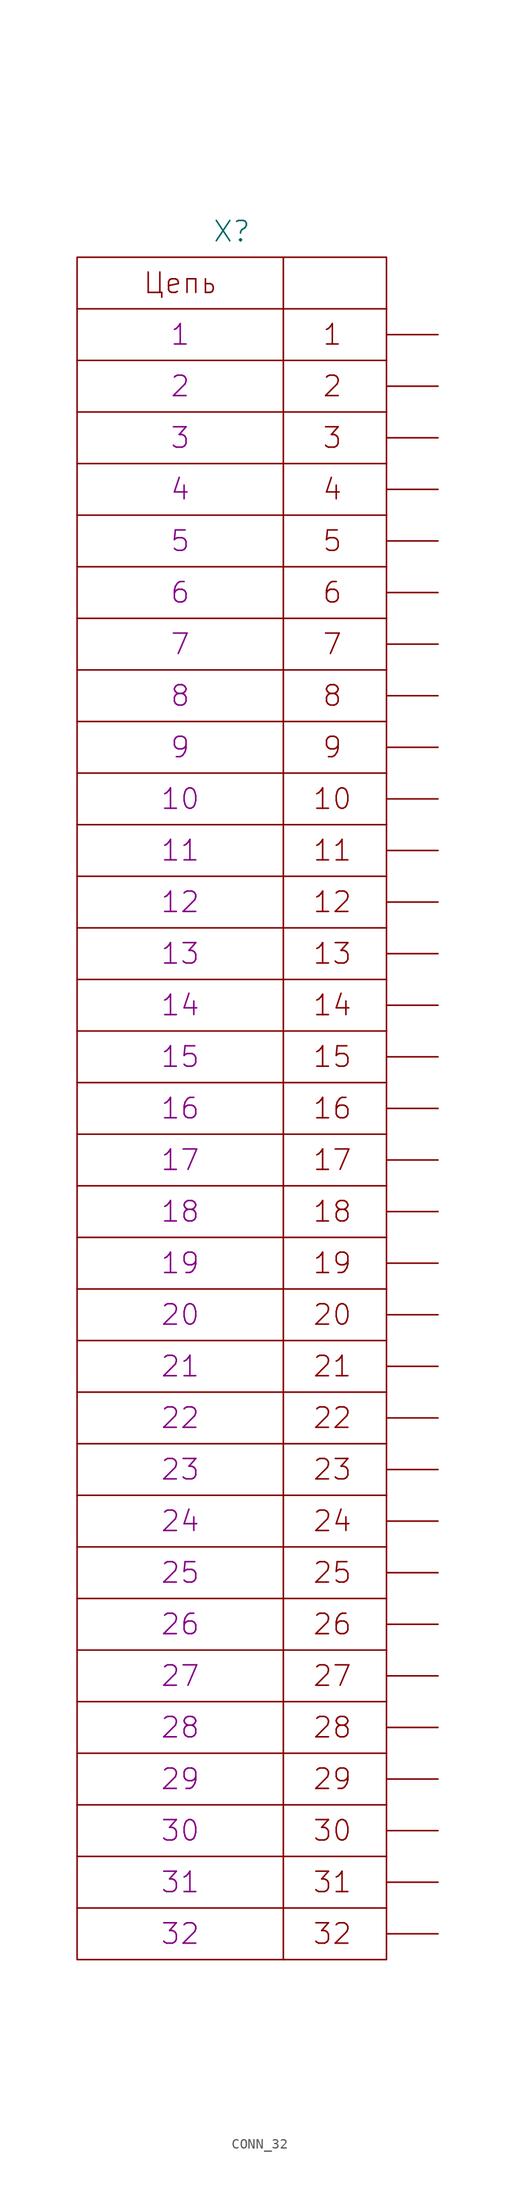
<source format=kicad_sym>
(kicad_symbol_lib
  (version 20231120)
  (generator "kicad_symbol_editor")
  (generator_version "8.0")
  (symbol "CONN_32"
    (pin_numbers hide)
    (pin_names
      (offset 0) hide)
    (property "Reference" "X"
      (at 0 86.36 0)
      (effects (font (size 2.007 2.007))))
    (property "PIN1" "1"
      (at -5.08 76.2 0)
      (effects (font (size 2.007 2.007))))
    (property "PIN2" "2"
      (at -5.08 71.12 0)
      (effects (font (size 2.007 2.007))))
    (property "PIN3" "3"
      (at -5.08 66.04 0)
      (effects (font (size 2.007 2.007))))
    (property "PIN4" "4"
      (at -5.08 60.96 0)
      (effects (font (size 2.007 2.007))))
    (property "PIN5" "5"
      (at -5.08 55.88 0)
      (effects (font (size 2.007 2.007))))
    (property "PIN6" "6"
      (at -5.08 50.8 0)
      (effects (font (size 2.007 2.007))))
    (property "PIN7" "7"
      (at -5.08 45.72 0)
      (effects (font (size 2.007 2.007))))
    (property "PIN8" "8"
      (at -5.08 40.64 0)
      (effects (font (size 2.007 2.007))))
    (property "PIN9" "9"
      (at -5.08 35.56 0)
      (effects (font (size 2.007 2.007))))
    (property "PIN10" "10"
      (at -5.08 30.48 0)
      (effects (font (size 2.007 2.007))))
    (property "PIN11" "11"
      (at -5.08 25.4 0)
      (effects (font (size 2.007 2.007))))
    (property "PIN12" "12"
      (at -5.08 20.32 0)
      (effects (font (size 2.007 2.007))))
    (property "PIN13" "13"
      (at -5.08 15.24 0)
      (effects (font (size 2.007 2.007))))
    (property "PIN14" "14"
      (at -5.08 10.16 0)
      (effects (font (size 2.007 2.007))))
    (property "PIN15" "15"
      (at -5.08 5.08 0)
      (effects (font (size 2.007 2.007))))
    (property "PIN16" "16"
      (at -5.08 0 0)
      (effects (font (size 2.007 2.007))))
    (property "PIN17" "17"
      (at -5.08 -5.08 0)
      (effects (font (size 2.007 2.007))))
    (property "PIN18" "18"
      (at -5.08 -10.16 0)
      (effects (font (size 2.007 2.007))))
    (property "PIN19" "19"
      (at -5.08 -15.24 0)
      (effects (font (size 2.007 2.007))))
    (property "PIN20" "20"
      (at -5.08 -20.32 0)
      (effects (font (size 2.007 2.007))))
    (property "PIN21" "21"
      (at -5.08 -25.4 0)
      (effects (font (size 2.007 2.007))))
    (property "PIN22" "22"
      (at -5.08 -30.48 0)
      (effects (font (size 2.007 2.007))))
    (property "PIN23" "23"
      (at -5.08 -35.56 0)
      (effects (font (size 2.007 2.007))))
    (property "PIN24" "24"
      (at -5.08 -40.64 0)
      (effects (font (size 2.007 2.007))))
    (property "PIN25" "25"
      (at -5.08 -45.72 0)
      (effects (font (size 2.007 2.007))))
    (property "PIN26" "26"
      (at -5.08 -50.8 0)
      (effects (font (size 2.007 2.007))))
    (property "PIN27" "27"
      (at -5.08 -55.88 0)
      (effects (font (size 2.007 2.007))))
    (property "PIN28" "28"
      (at -5.08 -60.96 0)
      (effects (font (size 2.007 2.007))))
    (property "PIN29" "29"
      (at -5.08 -66.04 0)
      (effects (font (size 2.007 2.007))))
    (property "PIN30" "30"
      (at -5.08 -71.12 0)
      (effects (font (size 2.007 2.007))))
    (property "PIN31" "31"
      (at -5.08 -76.2 0)
      (effects (font (size 2.007 2.007))))
    (property "PIN32" "32"
      (at -5.08 -81.28 0)
      (effects (font (size 2.007 2.007))))
    (symbol "CONN_32_0_0"
      (polyline (pts (xy -15.24 -78.74) (xy 15.24 -78.74)) (stroke (width 0) (type solid)) (fill (type none)))
      (polyline (pts (xy -15.24 -73.66) (xy 15.24 -73.66)) (stroke (width 0) (type solid)) (fill (type none)))
      (polyline (pts (xy -15.24 -68.58) (xy 15.24 -68.58)) (stroke (width 0) (type solid)) (fill (type none)))
      (polyline (pts (xy -15.24 -63.5) (xy 15.24 -63.5)) (stroke (width 0) (type solid)) (fill (type none)))
      (polyline (pts (xy -15.24 -58.42) (xy 15.24 -58.42)) (stroke (width 0) (type solid)) (fill (type none)))
      (polyline (pts (xy -15.24 -53.34) (xy 15.24 -53.34)) (stroke (width 0) (type solid)) (fill (type none)))
      (polyline (pts (xy -15.24 -48.26) (xy 15.24 -48.26)) (stroke (width 0) (type solid)) (fill (type none)))
      (polyline (pts (xy -15.24 -43.18) (xy 15.24 -43.18)) (stroke (width 0) (type solid)) (fill (type none)))
      (polyline (pts (xy -15.24 -38.1) (xy 15.24 -38.1)) (stroke (width 0) (type solid)) (fill (type none)))
      (polyline (pts (xy -15.24 -33.02) (xy 15.24 -33.02)) (stroke (width 0) (type solid)) (fill (type none)))
      (polyline (pts (xy -15.24 -27.94) (xy 15.24 -27.94)) (stroke (width 0) (type solid)) (fill (type none)))
      (polyline (pts (xy -15.24 -22.86) (xy 15.24 -22.86)) (stroke (width 0) (type solid)) (fill (type none)))
      (polyline (pts (xy -15.24 -17.78) (xy 15.24 -17.78)) (stroke (width 0) (type solid)) (fill (type none)))
      (polyline (pts (xy -15.24 -12.7) (xy 15.24 -12.7)) (stroke (width 0) (type solid)) (fill (type none)))
      (polyline (pts (xy -15.24 -7.62) (xy 15.24 -7.62)) (stroke (width 0) (type solid)) (fill (type none)))
      (polyline (pts (xy -15.24 -2.54) (xy 15.24 -2.54)) (stroke (width 0) (type solid)) (fill (type none)))
      (polyline (pts (xy -15.24 2.54) (xy 15.24 2.54)) (stroke (width 0) (type solid)) (fill (type none)))
      (polyline (pts (xy -15.24 7.62) (xy 15.24 7.62)) (stroke (width 0) (type solid)) (fill (type none)))
      (polyline (pts (xy -15.24 12.7) (xy 15.24 12.7)) (stroke (width 0) (type solid)) (fill (type none)))
      (polyline (pts (xy -15.24 17.78) (xy 15.24 17.78)) (stroke (width 0) (type solid)) (fill (type none)))
      (polyline (pts (xy -15.24 22.86) (xy 15.24 22.86)) (stroke (width 0) (type solid)) (fill (type none)))
      (polyline (pts (xy -15.24 27.94) (xy 15.24 27.94)) (stroke (width 0) (type solid)) (fill (type none)))
      (polyline (pts (xy -15.24 33.02) (xy 15.24 33.02)) (stroke (width 0) (type solid)) (fill (type none)))
      (polyline (pts (xy -15.24 38.1) (xy 15.24 38.1)) (stroke (width 0) (type solid)) (fill (type none)))
      (polyline (pts (xy -15.24 43.18) (xy 15.24 43.18)) (stroke (width 0) (type solid)) (fill (type none)))
      (polyline (pts (xy -15.24 48.26) (xy 15.24 48.26)) (stroke (width 0) (type solid)) (fill (type none)))
      (polyline (pts (xy -15.24 53.34) (xy 15.24 53.34)) (stroke (width 0) (type solid)) (fill (type none)))
      (polyline (pts (xy -15.24 58.42) (xy 15.24 58.42)) (stroke (width 0) (type solid)) (fill (type none)))
      (polyline (pts (xy -15.24 63.5) (xy 15.24 63.5)) (stroke (width 0) (type solid)) (fill (type none)))
      (polyline (pts (xy -15.24 68.58) (xy 15.24 68.58)) (stroke (width 0) (type solid)) (fill (type none)))
      (polyline (pts (xy -15.24 73.66) (xy 15.24 73.66)) (stroke (width 0) (type solid)) (fill (type none)))
      (polyline (pts (xy -15.24 78.74) (xy 15.24 78.74)) (stroke (width 0) (type solid)) (fill (type none)))
      (polyline (pts (xy 5.08 83.82) (xy 5.08 -83.82)) (stroke (width 0) (type solid)) (fill (type none)))
      (rectangle (start 15.24 83.82) (end -15.24 -83.82) (stroke (width 0) (type solid)) (fill (type none))))
    (symbol "CONN_32_1_1"
      (text "1" (at 9.906 76.2 0) (effects (font (size 2.007 2.007))))
      (text "10" (at 9.906 30.48 0) (effects (font (size 2.007 2.007))))
      (text "11" (at 9.906 25.4 0) (effects (font (size 2.007 2.007))))
      (text "12" (at 9.906 20.32 0) (effects (font (size 2.007 2.007))))
      (text "13" (at 9.906 15.24 0) (effects (font (size 2.007 2.007))))
      (text "14" (at 9.906 10.16 0) (effects (font (size 2.007 2.007))))
      (text "15" (at 9.906 5.08 0) (effects (font (size 2.007 2.007))))
      (text "16" (at 9.906 0 0) (effects (font (size 2.007 2.007))))
      (text "17" (at 9.906 -5.08 0) (effects (font (size 2.007 2.007))))
      (text "18" (at 9.906 -10.16 0) (effects (font (size 2.007 2.007))))
      (text "19" (at 9.906 -15.24 0) (effects (font (size 2.007 2.007))))
      (text "2" (at 9.906 71.12 0) (effects (font (size 2.007 2.007))))
      (text "20" (at 9.906 -20.32 0) (effects (font (size 2.007 2.007))))
      (text "21" (at 9.906 -25.4 0) (effects (font (size 2.007 2.007))))
      (text "22" (at 9.906 -30.48 0) (effects (font (size 2.007 2.007))))
      (text "23" (at 9.906 -35.56 0) (effects (font (size 2.007 2.007))))
      (text "24" (at 9.906 -40.64 0) (effects (font (size 2.007 2.007))))
      (text "25" (at 9.906 -45.72 0) (effects (font (size 2.007 2.007))))
      (text "26" (at 9.906 -50.8 0) (effects (font (size 2.007 2.007))))
      (text "27" (at 9.906 -55.88 0) (effects (font (size 2.007 2.007))))
      (text "28" (at 9.906 -60.96 0) (effects (font (size 2.007 2.007))))
      (text "29" (at 9.906 -66.04 0) (effects (font (size 2.007 2.007))))
      (text "3" (at 9.906 66.04 0) (effects (font (size 2.007 2.007))))
      (text "30" (at 9.906 -71.12 0) (effects (font (size 2.007 2.007))))
      (text "31" (at 9.906 -76.2 0) (effects (font (size 2.007 2.007))))
      (text "32" (at 9.906 -81.28 0) (effects (font (size 2.007 2.007))))
      (text "4" (at 9.906 60.96 0) (effects (font (size 2.007 2.007))))
      (text "5" (at 9.906 55.88 0) (effects (font (size 2.007 2.007))))
      (text "6" (at 9.906 50.8 0) (effects (font (size 2.007 2.007))))
      (text "7" (at 9.906 45.72 0) (effects (font (size 2.007 2.007))))
      (text "8" (at 9.906 40.64 0) (effects (font (size 2.007 2.007))))
      (text "9" (at 9.906 35.56 0) (effects (font (size 2.007 2.007))))
      (text "Цепь" (at -5.08 81.28 0) (effects (font (size 2.007 2.007))))
      (pin passive line (at 20.32 76.2 180) (length 5.08) (name "1" (effects (font (size 2.007 2.007)))) (number "1" (effects (font (size 2.007 2.007)))))
      (pin passive line (at 20.32 30.48 180) (length 5.08) (name "10" (effects (font (size 2.007 2.007)))) (number "10" (effects (font (size 2.007 2.007)))))
      (pin passive line (at 20.32 25.4 180) (length 5.08) (name "11" (effects (font (size 2.007 2.007)))) (number "11" (effects (font (size 2.007 2.007)))))
      (pin passive line (at 20.32 20.32 180) (length 5.08) (name "12" (effects (font (size 2.007 2.007)))) (number "12" (effects (font (size 2.007 2.007)))))
      (pin passive line (at 20.32 15.24 180) (length 5.08) (name "13" (effects (font (size 2.007 2.007)))) (number "13" (effects (font (size 2.007 2.007)))))
      (pin passive line (at 20.32 10.16 180) (length 5.08) (name "14" (effects (font (size 2.007 2.007)))) (number "14" (effects (font (size 2.007 2.007)))))
      (pin passive line (at 20.32 5.08 180) (length 5.08) (name "15" (effects (font (size 2.007 2.007)))) (number "15" (effects (font (size 2.007 2.007)))))
      (pin passive line (at 20.32 0 180) (length 5.08) (name "16" (effects (font (size 2.007 2.007)))) (number "16" (effects (font (size 2.007 2.007)))))
      (pin passive line (at 20.32 -5.08 180) (length 5.08) (name "17" (effects (font (size 2.007 2.007)))) (number "17" (effects (font (size 2.007 2.007)))))
      (pin passive line (at 20.32 -10.16 180) (length 5.08) (name "18" (effects (font (size 2.007 2.007)))) (number "18" (effects (font (size 2.007 2.007)))))
      (pin passive line (at 20.32 -15.24 180) (length 5.08) (name "19" (effects (font (size 2.007 2.007)))) (number "19" (effects (font (size 2.007 2.007)))))
      (pin passive line (at 20.32 71.12 180) (length 5.08) (name "2" (effects (font (size 2.007 2.007)))) (number "2" (effects (font (size 2.007 2.007)))))
      (pin passive line (at 20.32 -20.32 180) (length 5.08) (name "20" (effects (font (size 2.007 2.007)))) (number "20" (effects (font (size 2.007 2.007)))))
      (pin passive line (at 20.32 -25.4 180) (length 5.08) (name "21" (effects (font (size 2.007 2.007)))) (number "21" (effects (font (size 2.007 2.007)))))
      (pin passive line (at 20.32 -30.48 180) (length 5.08) (name "22" (effects (font (size 2.007 2.007)))) (number "22" (effects (font (size 2.007 2.007)))))
      (pin passive line (at 20.32 -35.56 180) (length 5.08) (name "23" (effects (font (size 2.007 2.007)))) (number "23" (effects (font (size 2.007 2.007)))))
      (pin passive line (at 20.32 -40.64 180) (length 5.08) (name "24" (effects (font (size 2.007 2.007)))) (number "24" (effects (font (size 2.007 2.007)))))
      (pin passive line (at 20.32 -45.72 180) (length 5.08) (name "25" (effects (font (size 2.007 2.007)))) (number "25" (effects (font (size 2.007 2.007)))))
      (pin passive line (at 20.32 -50.8 180) (length 5.08) (name "26" (effects (font (size 2.007 2.007)))) (number "26" (effects (font (size 2.007 2.007)))))
      (pin passive line (at 20.32 -55.88 180) (length 5.08) (name "27" (effects (font (size 2.007 2.007)))) (number "27" (effects (font (size 2.007 2.007)))))
      (pin passive line (at 20.32 -60.96 180) (length 5.08) (name "28" (effects (font (size 2.007 2.007)))) (number "28" (effects (font (size 2.007 2.007)))))
      (pin passive line (at 20.32 -66.04 180) (length 5.08) (name "29" (effects (font (size 2.007 2.007)))) (number "29" (effects (font (size 2.007 2.007)))))
      (pin passive line (at 20.32 66.04 180) (length 5.08) (name "3" (effects (font (size 2.007 2.007)))) (number "3" (effects (font (size 2.007 2.007)))))
      (pin passive line (at 20.32 -71.12 180) (length 5.08) (name "30" (effects (font (size 2.007 2.007)))) (number "30" (effects (font (size 2.007 2.007)))))
      (pin passive line (at 20.32 -76.2 180) (length 5.08) (name "31" (effects (font (size 2.007 2.007)))) (number "31" (effects (font (size 2.007 2.007)))))
      (pin passive line (at 20.32 -81.28 180) (length 5.08) (name "32" (effects (font (size 2.007 2.007)))) (number "32" (effects (font (size 2.007 2.007)))))
      (pin passive line (at 20.32 60.96 180) (length 5.08) (name "4" (effects (font (size 2.007 2.007)))) (number "4" (effects (font (size 2.007 2.007)))))
      (pin passive line (at 20.32 55.88 180) (length 5.08) (name "5" (effects (font (size 2.007 2.007)))) (number "5" (effects (font (size 2.007 2.007)))))
      (pin passive line (at 20.32 50.8 180) (length 5.08) (name "6" (effects (font (size 2.007 2.007)))) (number "6" (effects (font (size 2.007 2.007)))))
      (pin passive line (at 20.32 45.72 180) (length 5.08) (name "7" (effects (font (size 2.007 2.007)))) (number "7" (effects (font (size 2.007 2.007)))))
      (pin passive line (at 20.32 40.64 180) (length 5.08) (name "8" (effects (font (size 2.007 2.007)))) (number "8" (effects (font (size 2.007 2.007)))))
      (pin passive line (at 20.32 35.56 180) (length 5.08) (name "9" (effects (font (size 2.007 2.007)))) (number "9" (effects (font (size 2.007 2.007))))))))
</source>
